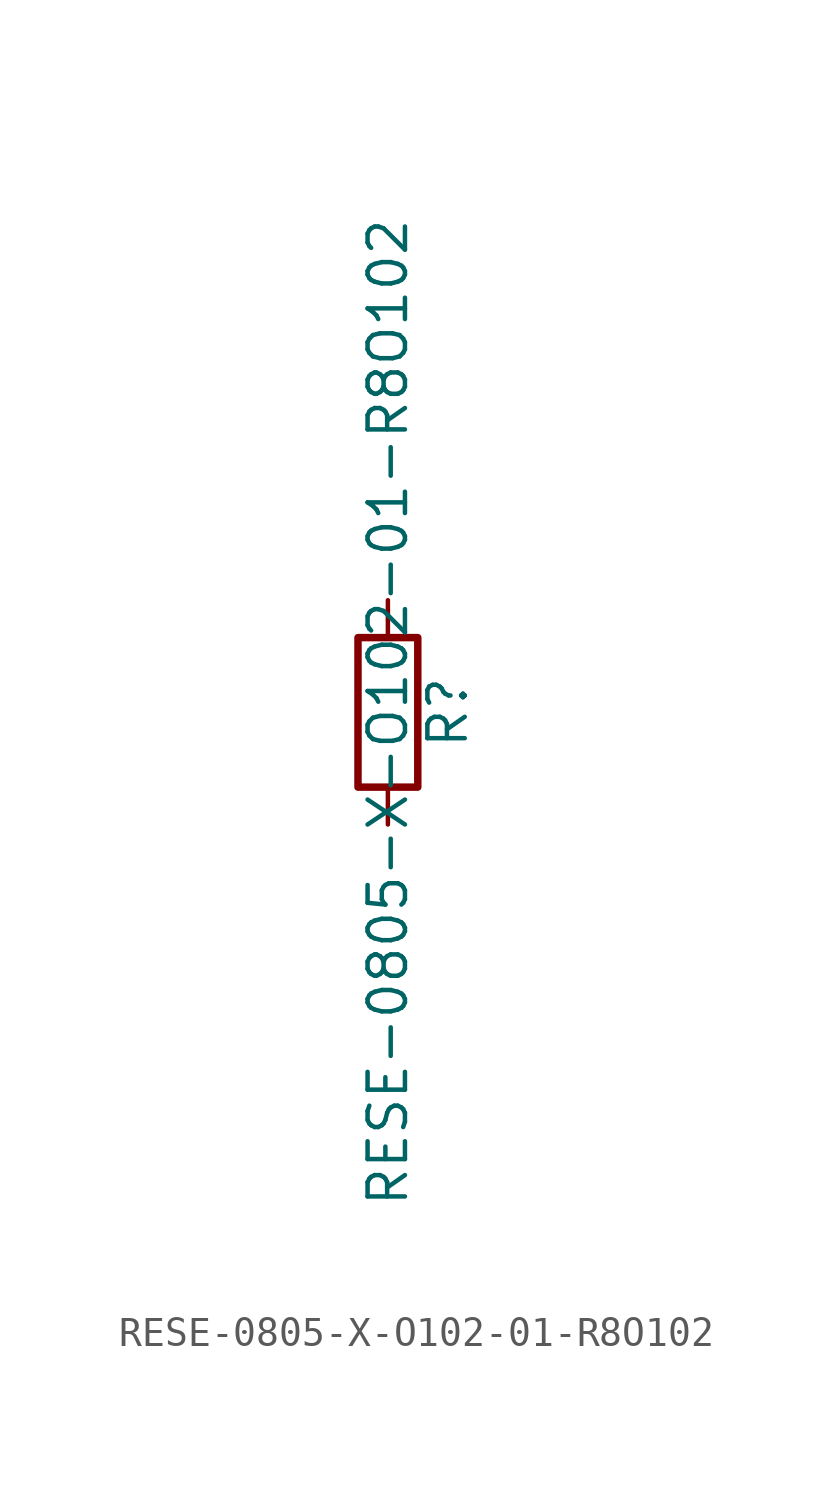
<source format=kicad_sym>
(kicad_symbol_lib
  (version 20211014)
  (generator kicad_symbol_editor)
  (symbol "RESE-0805-X-O102-01-R8O102"
    (pin_numbers hide)
    (pin_names
      (offset 0))
    (property "Reference" "R"
      (at 2.032 0 90)
      (effects (font (size 1.27 1.27))))
    (property "Value" "RESE-0805-X-O102-01-R8O102"
      (at 0 0 90)
      (effects (font (size 1.27 1.27))))
    (symbol "RESE-0805-X-O102-01-R8O102_0_1"
      (rectangle (start -1.016 -2.54) (end 1.016 2.54) (stroke (width 0.254) (type default) (color 0 0 0 0)) (fill (type none))))
    (symbol "RESE-0805-X-O102-01-R8O102_1_1"
      (pin passive line (at 0 3.81 270) (length 1.27) (name "~" (effects (font (size 1.27 1.27)))) (number "1" (effects (font (size 1.27 1.27)))))
      (pin passive line (at 0 -3.81 90) (length 1.27) (name "~" (effects (font (size 1.27 1.27)))) (number "2" (effects (font (size 1.27 1.27))))))))
</source>
